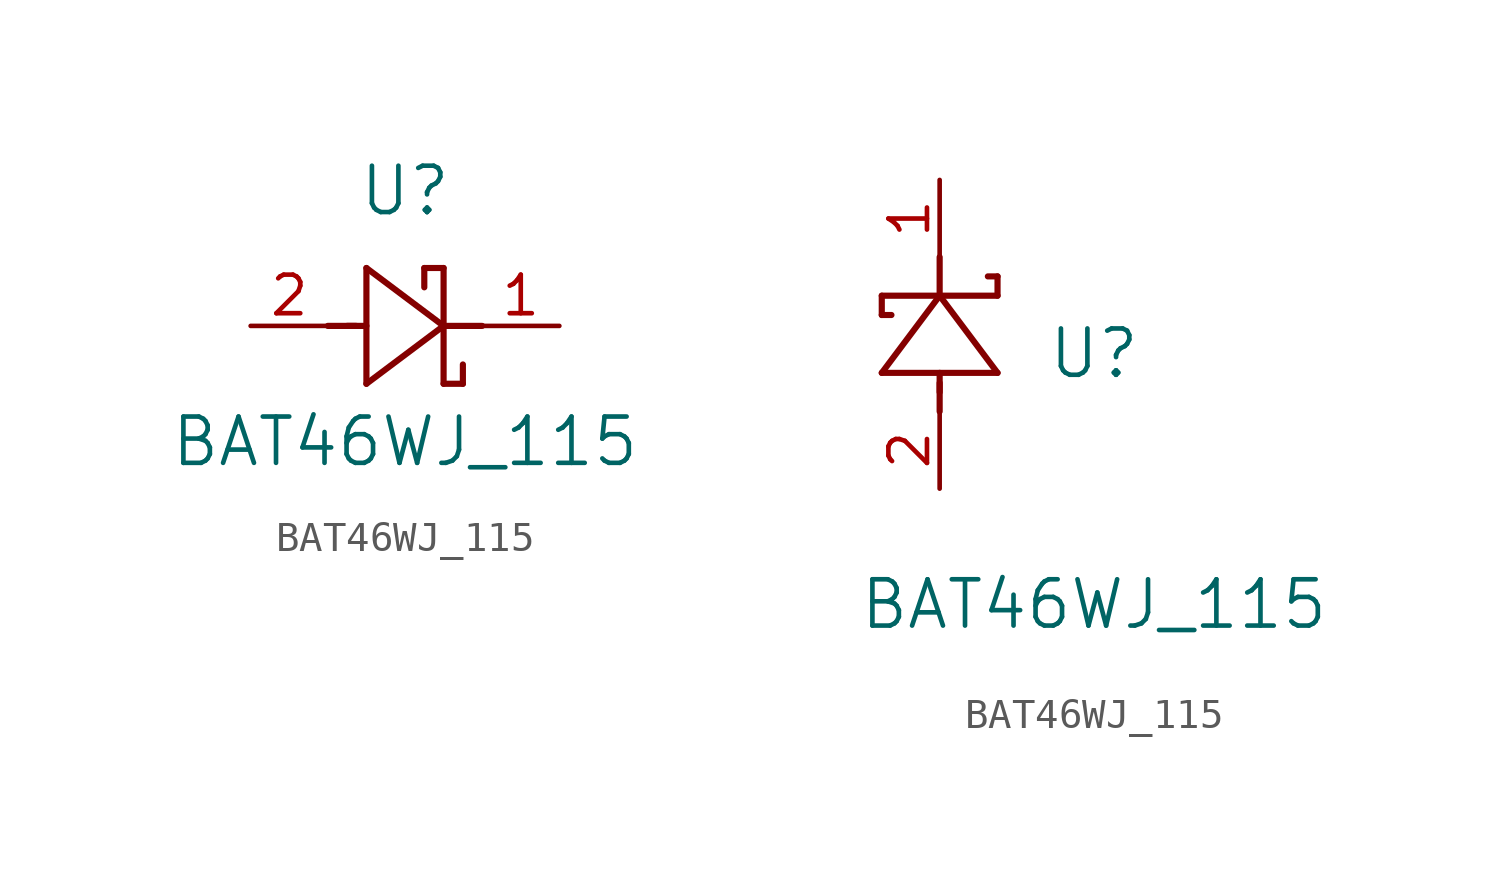
<source format=kicad_sym>
(kicad_symbol_lib
  (version 20211014)
  (generator kicad_symbol_editor)
  (symbol "BAT46WJ_115"
    (pin_names
      (offset 0.254))
    (property "Reference" "U"
      (at 5.08 4.445 0)
      (effects (font (size 1.524 1.524))))
    (property "Value" "BAT46WJ_115"
      (at 5.08 -3.81 0)
      (effects (font (size 1.524 1.524))))
    (symbol "BAT46WJ_115_1_1"
      (polyline (pts (xy 2.54 0) (xy 3.48 0)) (stroke (width 0.203) (type default) (color 0 0 0 0)) (fill (type none)))
      (polyline (pts (xy 3.81 1.905) (xy 3.81 -1.905)) (stroke (width 0.203) (type default) (color 0 0 0 0)) (fill (type none)))
      (polyline (pts (xy 3.175 0) (xy 3.81 0)) (stroke (width 0.203) (type default) (color 0 0 0 0)) (fill (type none)))
      (polyline (pts (xy 6.35 -1.905) (xy 6.35 1.905)) (stroke (width 0.203) (type default) (color 0 0 0 0)) (fill (type none)))
      (polyline (pts (xy 6.35 0) (xy 7.62 0)) (stroke (width 0.203) (type default) (color 0 0 0 0)) (fill (type none)))
      (polyline (pts (xy 6.35 0) (xy 3.81 1.905)) (stroke (width 0.203) (type default) (color 0 0 0 0)) (fill (type none)))
      (polyline (pts (xy 3.81 -1.905) (xy 6.35 0)) (stroke (width 0.203) (type default) (color 0 0 0 0)) (fill (type none)))
      (polyline (pts (xy 5.715 1.905) (xy 5.715 1.27)) (stroke (width 0.203) (type default) (color 0 0 0 0)) (fill (type none)))
      (polyline (pts (xy 5.715 1.905) (xy 6.35 1.905)) (stroke (width 0.203) (type default) (color 0 0 0 0)) (fill (type none)))
      (polyline (pts (xy 6.985 -1.905) (xy 6.985 -1.27)) (stroke (width 0.203) (type default) (color 0 0 0 0)) (fill (type none)))
      (polyline (pts (xy 6.985 -1.905) (xy 6.35 -1.905)) (stroke (width 0.203) (type default) (color 0 0 0 0)) (fill (type none)))
      (pin unspecified line (at 10.16 0 180) (length 2.54) (name "" (effects (font (size 1.27 1.27)))) (number "1" (effects (font (size 1.27 1.27)))))
      (pin unspecified line (at 0 0 0) (length 2.54) (name "" (effects (font (size 1.27 1.27)))) (number "2" (effects (font (size 1.27 1.27))))))
    (symbol "BAT46WJ_115_1_2"
      (polyline (pts (xy 0 2.54) (xy 0 3.48)) (stroke (width 0.203) (type default) (color 0 0 0 0)) (fill (type none)))
      (polyline (pts (xy -1.905 3.81) (xy 1.905 3.81)) (stroke (width 0.203) (type default) (color 0 0 0 0)) (fill (type none)))
      (polyline (pts (xy 0 3.175) (xy 0 3.81)) (stroke (width 0.203) (type default) (color 0 0 0 0)) (fill (type none)))
      (polyline (pts (xy 1.905 6.35) (xy -1.905 6.35)) (stroke (width 0.203) (type default) (color 0 0 0 0)) (fill (type none)))
      (polyline (pts (xy 0 6.35) (xy 0 7.62)) (stroke (width 0.203) (type default) (color 0 0 0 0)) (fill (type none)))
      (polyline (pts (xy 0 6.35) (xy -1.905 3.81)) (stroke (width 0.203) (type default) (color 0 0 0 0)) (fill (type none)))
      (polyline (pts (xy 1.905 3.81) (xy 0 6.35)) (stroke (width 0.203) (type default) (color 0 0 0 0)) (fill (type none)))
      (polyline (pts (xy -1.905 6.35) (xy -1.905 5.715)) (stroke (width 0.203) (type default) (color 0 0 0 0)) (fill (type none)))
      (polyline (pts (xy -1.905 5.715) (xy -1.587 5.715)) (stroke (width 0.203) (type default) (color 0 0 0 0)) (fill (type none)))
      (polyline (pts (xy 1.905 6.35) (xy 1.905 6.985)) (stroke (width 0.203) (type default) (color 0 0 0 0)) (fill (type none)))
      (polyline (pts (xy 1.905 6.985) (xy 1.587 6.985)) (stroke (width 0.203) (type default) (color 0 0 0 0)) (fill (type none)))
      (pin unspecified line (at 0 10.16 270) (length 2.54) (name "" (effects (font (size 1.27 1.27)))) (number "1" (effects (font (size 1.27 1.27)))))
      (pin unspecified line (at 0 0 90) (length 2.54) (name "" (effects (font (size 1.27 1.27)))) (number "2" (effects (font (size 1.27 1.27))))))))
</source>
